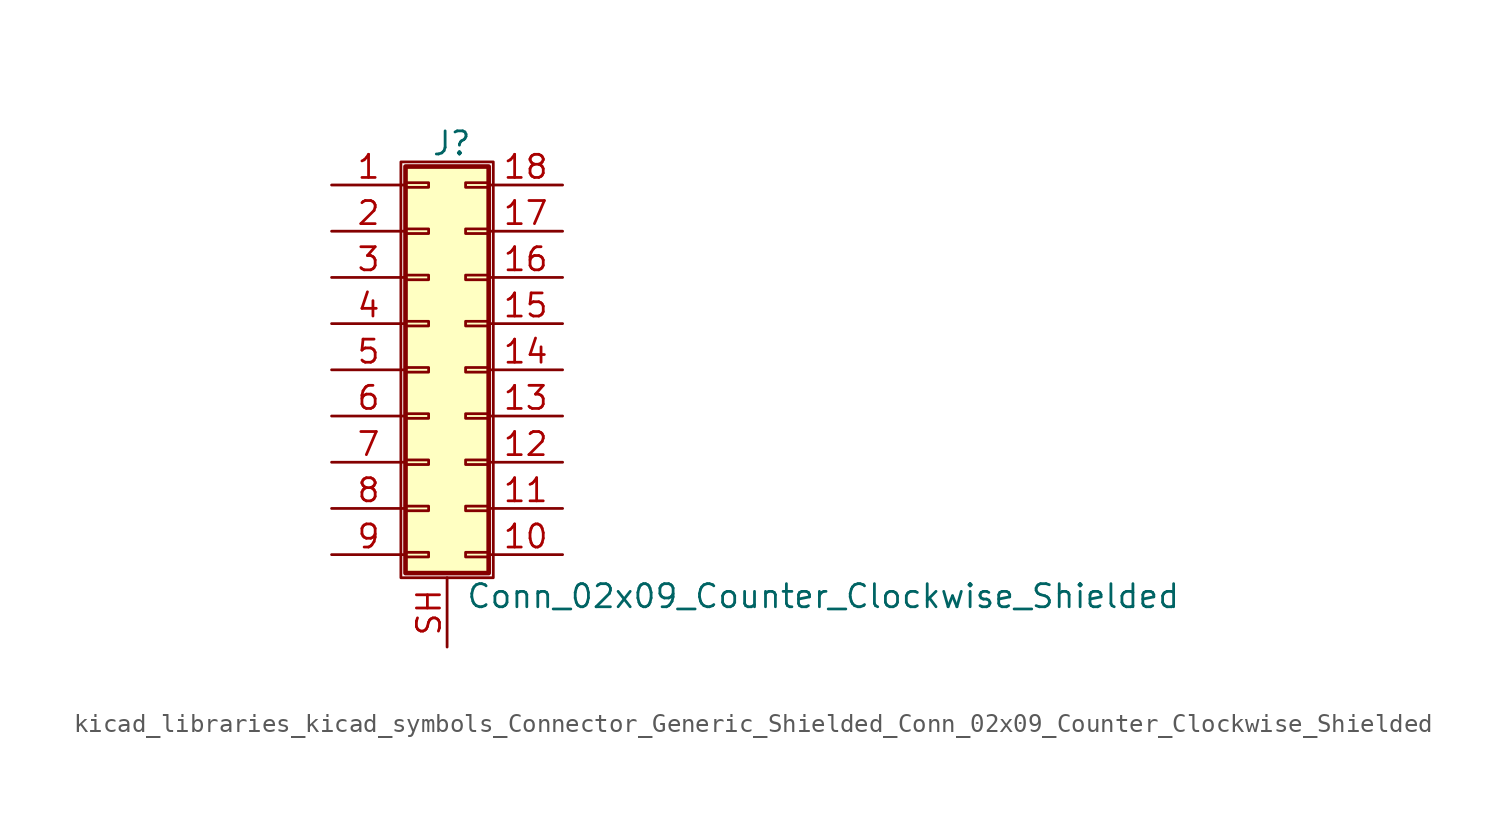
<source format=kicad_sym>
(kicad_symbol_lib
  (version 20220914)
  (generator kicad_symbol_editor)
  (symbol "kicad_libraries_kicad_symbols_Connector_Generic_Shielded_Conn_02x09_Counter_Clockwise_Shielded"
    (pin_names
      (offset 1.016) hide)
    (property "Reference" "J"
      (at 1.524 12.446 0)
      (effects (font (size 1.27 1.27))))
    (property "Value" "Conn_02x09_Counter_Clockwise_Shielded"
      (at 2.286 -12.446 0)
      (effects (font (size 1.27 1.27)) (justify left)))
    (symbol "kicad_libraries_kicad_symbols_Connector_Generic_Shielded_Conn_02x09_Counter_Clockwise_Shielded_1_1"
      (rectangle (start -1.27 11.43) (end 3.81 -11.43) (stroke (width 0.152) (type default)) (fill (type none)))
      (rectangle (start -1.016 -10.033) (end 0.254 -10.287) (stroke (width 0.152) (type default)) (fill (type none)))
      (rectangle (start -1.016 -7.493) (end 0.254 -7.747) (stroke (width 0.152) (type default)) (fill (type none)))
      (rectangle (start -1.016 -4.953) (end 0.254 -5.207) (stroke (width 0.152) (type default)) (fill (type none)))
      (rectangle (start -1.016 -2.413) (end 0.254 -2.667) (stroke (width 0.152) (type default)) (fill (type none)))
      (rectangle (start -1.016 0.127) (end 0.254 -0.127) (stroke (width 0.152) (type default)) (fill (type none)))
      (rectangle (start -1.016 2.667) (end 0.254 2.413) (stroke (width 0.152) (type default)) (fill (type none)))
      (rectangle (start -1.016 5.207) (end 0.254 4.953) (stroke (width 0.152) (type default)) (fill (type none)))
      (rectangle (start -1.016 7.747) (end 0.254 7.493) (stroke (width 0.152) (type default)) (fill (type none)))
      (rectangle (start -1.016 10.287) (end 0.254 10.033) (stroke (width 0.152) (type default)) (fill (type none)))
      (rectangle (start -1.016 11.176) (end 3.556 -11.176) (stroke (width 0.254) (type default)) (fill (type background)))
      (rectangle (start 3.556 -10.033) (end 2.286 -10.287) (stroke (width 0.152) (type default)) (fill (type none)))
      (rectangle (start 3.556 -7.493) (end 2.286 -7.747) (stroke (width 0.152) (type default)) (fill (type none)))
      (rectangle (start 3.556 -4.953) (end 2.286 -5.207) (stroke (width 0.152) (type default)) (fill (type none)))
      (rectangle (start 3.556 -2.413) (end 2.286 -2.667) (stroke (width 0.152) (type default)) (fill (type none)))
      (rectangle (start 3.556 0.127) (end 2.286 -0.127) (stroke (width 0.152) (type default)) (fill (type none)))
      (rectangle (start 3.556 2.667) (end 2.286 2.413) (stroke (width 0.152) (type default)) (fill (type none)))
      (rectangle (start 3.556 5.207) (end 2.286 4.953) (stroke (width 0.152) (type default)) (fill (type none)))
      (rectangle (start 3.556 7.747) (end 2.286 7.493) (stroke (width 0.152) (type default)) (fill (type none)))
      (rectangle (start 3.556 10.287) (end 2.286 10.033) (stroke (width 0.152) (type default)) (fill (type none)))
      (pin passive line (at -5.08 10.16 0) (length 4.064) (name "Pin_1" (effects (font (size 1.27 1.27)))) (number "1" (effects (font (size 1.27 1.27)))))
      (pin passive line (at 7.62 -10.16 180) (length 4.064) (name "Pin_10" (effects (font (size 1.27 1.27)))) (number "10" (effects (font (size 1.27 1.27)))))
      (pin passive line (at 7.62 -7.62 180) (length 4.064) (name "Pin_11" (effects (font (size 1.27 1.27)))) (number "11" (effects (font (size 1.27 1.27)))))
      (pin passive line (at 7.62 -5.08 180) (length 4.064) (name "Pin_12" (effects (font (size 1.27 1.27)))) (number "12" (effects (font (size 1.27 1.27)))))
      (pin passive line (at 7.62 -2.54 180) (length 4.064) (name "Pin_13" (effects (font (size 1.27 1.27)))) (number "13" (effects (font (size 1.27 1.27)))))
      (pin passive line (at 7.62 0 180) (length 4.064) (name "Pin_14" (effects (font (size 1.27 1.27)))) (number "14" (effects (font (size 1.27 1.27)))))
      (pin passive line (at 7.62 2.54 180) (length 4.064) (name "Pin_15" (effects (font (size 1.27 1.27)))) (number "15" (effects (font (size 1.27 1.27)))))
      (pin passive line (at 7.62 5.08 180) (length 4.064) (name "Pin_16" (effects (font (size 1.27 1.27)))) (number "16" (effects (font (size 1.27 1.27)))))
      (pin passive line (at 7.62 7.62 180) (length 4.064) (name "Pin_17" (effects (font (size 1.27 1.27)))) (number "17" (effects (font (size 1.27 1.27)))))
      (pin passive line (at 7.62 10.16 180) (length 4.064) (name "Pin_18" (effects (font (size 1.27 1.27)))) (number "18" (effects (font (size 1.27 1.27)))))
      (pin passive line (at -5.08 7.62 0) (length 4.064) (name "Pin_2" (effects (font (size 1.27 1.27)))) (number "2" (effects (font (size 1.27 1.27)))))
      (pin passive line (at -5.08 5.08 0) (length 4.064) (name "Pin_3" (effects (font (size 1.27 1.27)))) (number "3" (effects (font (size 1.27 1.27)))))
      (pin passive line (at -5.08 2.54 0) (length 4.064) (name "Pin_4" (effects (font (size 1.27 1.27)))) (number "4" (effects (font (size 1.27 1.27)))))
      (pin passive line (at -5.08 0 0) (length 4.064) (name "Pin_5" (effects (font (size 1.27 1.27)))) (number "5" (effects (font (size 1.27 1.27)))))
      (pin passive line (at -5.08 -2.54 0) (length 4.064) (name "Pin_6" (effects (font (size 1.27 1.27)))) (number "6" (effects (font (size 1.27 1.27)))))
      (pin passive line (at -5.08 -5.08 0) (length 4.064) (name "Pin_7" (effects (font (size 1.27 1.27)))) (number "7" (effects (font (size 1.27 1.27)))))
      (pin passive line (at -5.08 -7.62 0) (length 4.064) (name "Pin_8" (effects (font (size 1.27 1.27)))) (number "8" (effects (font (size 1.27 1.27)))))
      (pin passive line (at -5.08 -10.16 0) (length 4.064) (name "Pin_9" (effects (font (size 1.27 1.27)))) (number "9" (effects (font (size 1.27 1.27)))))
      (pin passive line (at 1.27 -15.24 90) (length 3.81) (name "Shield" (effects (font (size 1.27 1.27)))) (number "SH" (effects (font (size 1.27 1.27))))))))
</source>
